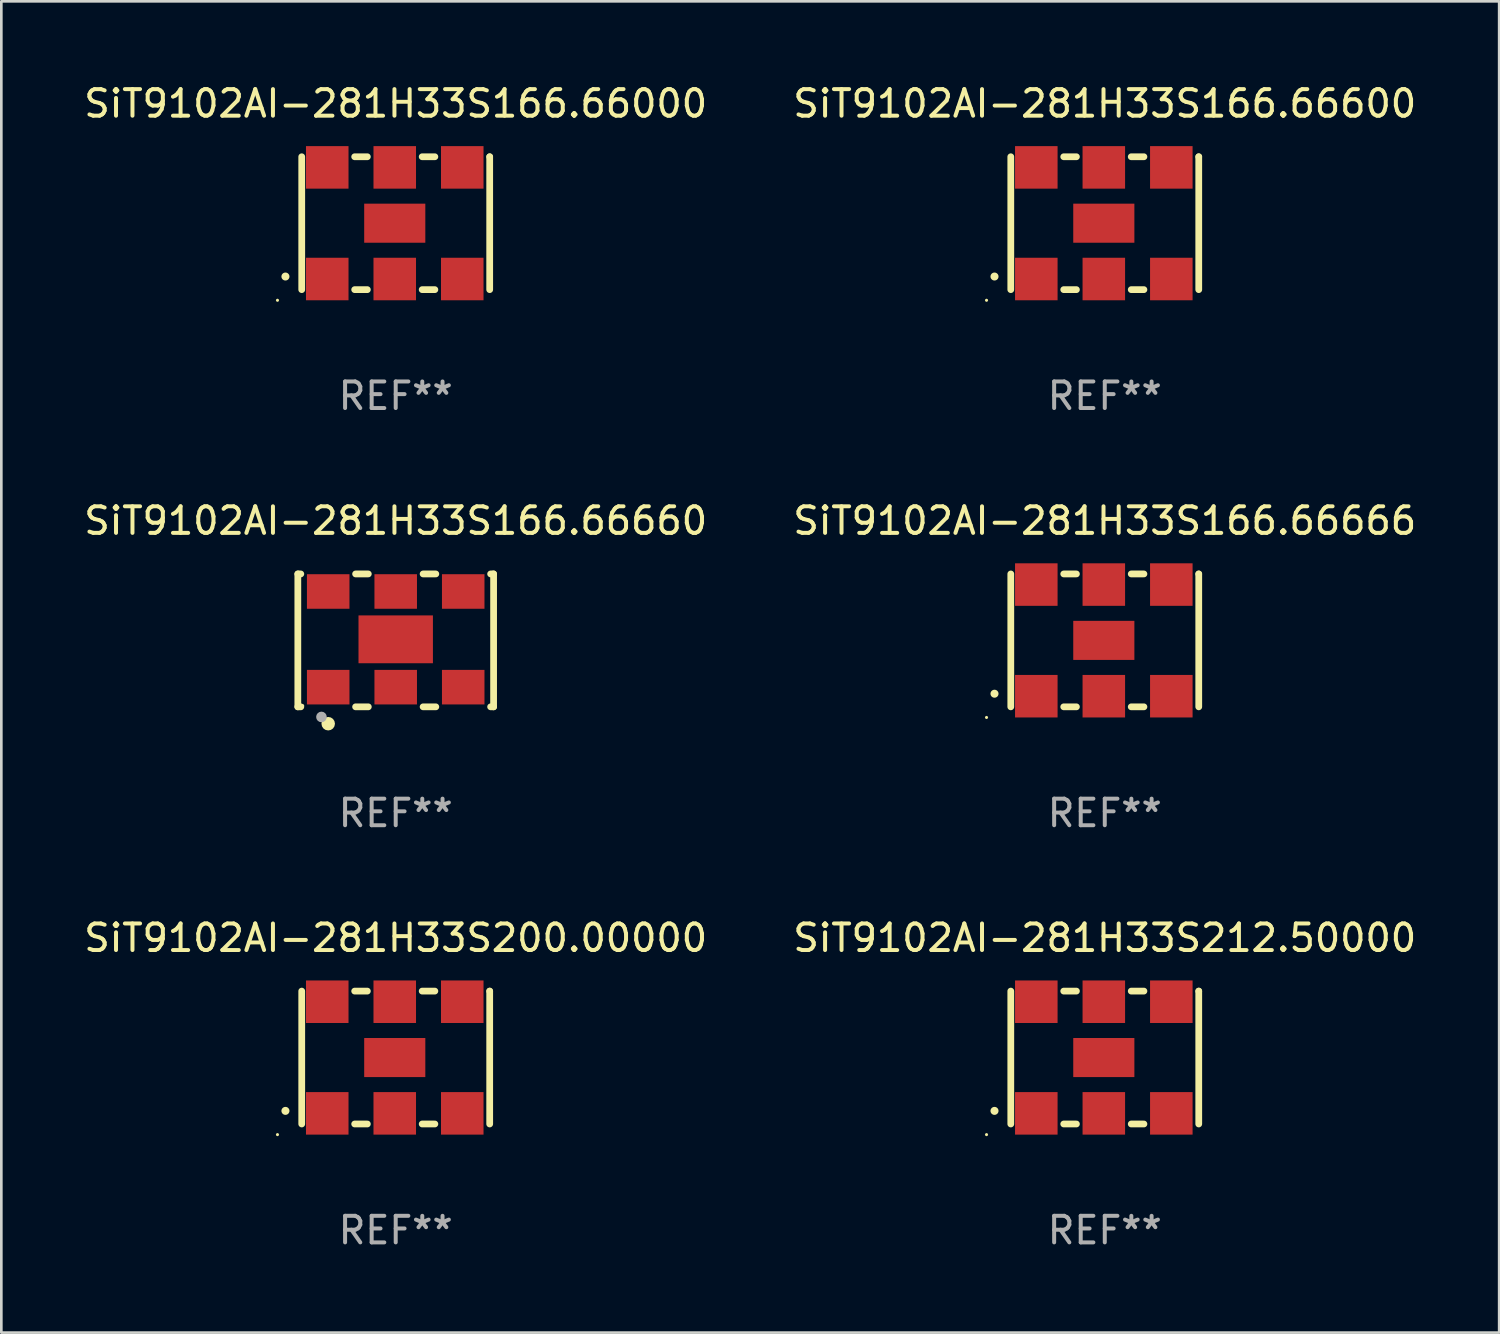
<source format=kicad_pcb>
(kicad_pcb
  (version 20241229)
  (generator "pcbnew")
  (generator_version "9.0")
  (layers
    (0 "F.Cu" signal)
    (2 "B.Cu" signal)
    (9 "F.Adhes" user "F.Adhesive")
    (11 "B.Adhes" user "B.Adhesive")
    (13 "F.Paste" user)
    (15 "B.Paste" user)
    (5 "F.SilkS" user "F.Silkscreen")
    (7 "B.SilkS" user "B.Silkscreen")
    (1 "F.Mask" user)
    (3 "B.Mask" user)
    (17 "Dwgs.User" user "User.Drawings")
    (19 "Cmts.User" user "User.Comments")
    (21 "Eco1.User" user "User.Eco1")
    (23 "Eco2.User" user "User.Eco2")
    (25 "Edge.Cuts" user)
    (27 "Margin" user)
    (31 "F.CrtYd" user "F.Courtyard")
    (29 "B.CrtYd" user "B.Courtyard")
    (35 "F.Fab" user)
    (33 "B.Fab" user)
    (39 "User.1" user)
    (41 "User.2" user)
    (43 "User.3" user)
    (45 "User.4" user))
  (footprint "SiT9102AI-281H33S166.66600"
    (layer "F.Cu")
    (at 38.518 5.348)
    (property "Reference" "SiT9102AI-281H33S166.66600" (at 0 -4.5 0) (layer "F.SilkS") (effects (font (size 1 1) (thickness 0.15))))
    (attr through_hole)
    (fp_line (start -3.536 -2.5) (end -3.536 2.5) (stroke (width 0.254) (type solid)) (layer "F.SilkS"))
    (fp_line (start -1.544 2.5) (end -1.067 2.5) (stroke (width 0.254) (type solid)) (layer "F.SilkS"))
    (fp_line (start -1.067 -2.5) (end -1.544 -2.5) (stroke (width 0.254) (type solid)) (layer "F.SilkS"))
    (fp_line (start 0.996 2.5) (end 1.473 2.5) (stroke (width 0.254) (type solid)) (layer "F.SilkS"))
    (fp_line (start 1.473 -2.5) (end 0.996 -2.5) (stroke (width 0.254) (type solid)) (layer "F.SilkS"))
    (fp_line (start 3.536 -2.5) (end 3.536 -2.5) (stroke (width 0.254) (type solid)) (layer "F.SilkS"))
    (fp_line (start 3.536 2.5) (end 3.536 -2.5) (stroke (width 0.254) (type solid)) (layer "F.SilkS"))
    (fp_arc (start -4.150432 2.006604) (mid -4.149162 2.006599) (end -4.147892 2.006604) (stroke (width 0.3) (type solid)) (layer "F.SilkS"))
    (fp_circle (center -4.449 2.9) (end -4.419 2.9) (stroke (width 0.06) (type solid)) (fill no) (layer "F.SilkS"))
    (fp_text user "REF**" (at 0 6.5 0) (layer "F.Fab") (effects (font (size 1 1) (thickness 0.15))))
    (pad "1" smd rect (at -2.576 2.1) (size 1.6 1.6) (layers "F.Cu" "F.Mask" "F.Paste"))
    (pad "2" smd rect (at -0.036 2.1) (size 1.6 1.6) (layers "F.Cu" "F.Mask" "F.Paste"))
    (pad "3" smd rect (at 2.504 2.1) (size 1.6 1.6) (layers "F.Cu" "F.Mask" "F.Paste"))
    (pad "4" smd rect (at 2.504 -2.1) (size 1.6 1.6) (layers "F.Cu" "F.Mask" "F.Paste"))
    (pad "5" smd rect (at -0.036 -2.1) (size 1.6 1.6) (layers "F.Cu" "F.Mask" "F.Paste"))
    (pad "6" smd rect (at -2.576 -2.1) (size 1.6 1.6) (layers "F.Cu" "F.Mask" "F.Paste"))
    (pad "7" smd rect (at -0.036 0) (size 2.3 1.47) (layers "F.Cu" "F.Mask" "F.Paste")))
  (footprint "SiT9102AI-281H33S200.00000"
    (layer "F.Cu")
    (at 11.839 36.741)
    (property "Reference" "SiT9102AI-281H33S200.00000" (at 0 -4.5 0) (layer "F.SilkS") (effects (font (size 1 1) (thickness 0.15))))
    (attr through_hole)
    (fp_line (start -3.536 -2.5) (end -3.536 2.5) (stroke (width 0.254) (type solid)) (layer "F.SilkS"))
    (fp_line (start -1.544 2.5) (end -1.067 2.5) (stroke (width 0.254) (type solid)) (layer "F.SilkS"))
    (fp_line (start -1.067 -2.5) (end -1.544 -2.5) (stroke (width 0.254) (type solid)) (layer "F.SilkS"))
    (fp_line (start 0.996 2.5) (end 1.473 2.5) (stroke (width 0.254) (type solid)) (layer "F.SilkS"))
    (fp_line (start 1.473 -2.5) (end 0.996 -2.5) (stroke (width 0.254) (type solid)) (layer "F.SilkS"))
    (fp_line (start 3.536 -2.5) (end 3.536 -2.5) (stroke (width 0.254) (type solid)) (layer "F.SilkS"))
    (fp_line (start 3.536 2.5) (end 3.536 -2.5) (stroke (width 0.254) (type solid)) (layer "F.SilkS"))
    (fp_arc (start -4.150432 2.006604) (mid -4.149162 2.006599) (end -4.147892 2.006604) (stroke (width 0.3) (type solid)) (layer "F.SilkS"))
    (fp_circle (center -4.449 2.9) (end -4.419 2.9) (stroke (width 0.06) (type solid)) (fill no) (layer "F.SilkS"))
    (fp_text user "REF**" (at 0 6.5 0) (layer "F.Fab") (effects (font (size 1 1) (thickness 0.15))))
    (pad "1" smd rect (at -2.576 2.1) (size 1.6 1.6) (layers "F.Cu" "F.Mask" "F.Paste"))
    (pad "2" smd rect (at -0.036 2.1) (size 1.6 1.6) (layers "F.Cu" "F.Mask" "F.Paste"))
    (pad "3" smd rect (at 2.504 2.1) (size 1.6 1.6) (layers "F.Cu" "F.Mask" "F.Paste"))
    (pad "4" smd rect (at 2.504 -2.1) (size 1.6 1.6) (layers "F.Cu" "F.Mask" "F.Paste"))
    (pad "5" smd rect (at -0.036 -2.1) (size 1.6 1.6) (layers "F.Cu" "F.Mask" "F.Paste"))
    (pad "6" smd rect (at -2.576 -2.1) (size 1.6 1.6) (layers "F.Cu" "F.Mask" "F.Paste"))
    (pad "7" smd rect (at -0.036 0) (size 2.3 1.47) (layers "F.Cu" "F.Mask" "F.Paste")))
  (footprint "SiT9102AI-281H33S166.66660"
    (layer "F.Cu")
    (at 11.839 21.045)
    (property "Reference" "SiT9102AI-281H33S166.66660" (at 0 -4.5 0) (layer "F.SilkS") (effects (font (size 1 1) (thickness 0.15))))
    (attr through_hole)
    (fp_line (start -3.683 -2.5) (end -3.571 -2.5) (stroke (width 0.254) (type solid)) (layer "F.SilkS"))
    (fp_line (start -3.683 2.5) (end -3.683 -2.5) (stroke (width 0.254) (type solid)) (layer "F.SilkS"))
    (fp_line (start -3.683 2.5) (end -3.571 2.5) (stroke (width 0.254) (type solid)) (layer "F.SilkS"))
    (fp_line (start -1.509 -2.5) (end -1.031 -2.5) (stroke (width 0.254) (type solid)) (layer "F.SilkS"))
    (fp_line (start -1.509 2.5) (end -1.031 2.5) (stroke (width 0.254) (type solid)) (layer "F.SilkS"))
    (fp_line (start 1.031 -2.5) (end 1.509 -2.5) (stroke (width 0.254) (type solid)) (layer "F.SilkS"))
    (fp_line (start 1.031 2.5) (end 1.509 2.5) (stroke (width 0.254) (type solid)) (layer "F.SilkS"))
    (fp_line (start 3.571 -2.5) (end 3.683 -2.5) (stroke (width 0.254) (type solid)) (layer "F.SilkS"))
    (fp_line (start 3.571 2.5) (end 3.683 2.5) (stroke (width 0.254) (type solid)) (layer "F.SilkS"))
    (fp_line (start 3.683 2.5) (end 3.683 -2.5) (stroke (width 0.254) (type solid)) (layer "F.SilkS"))
    (fp_circle (center -3.5 2.46) (end -3.47 2.46) (stroke (width 0.06) (type solid)) (fill no) (layer "F.SilkS"))
    (fp_circle (center -2.54 3.135) (end -2.413 3.135) (stroke (width 0.254) (type solid)) (fill no) (layer "F.SilkS"))
    (fp_circle (center -2.794 2.881) (end -2.694 2.881) (stroke (width 0.2) (type solid)) (fill no) (layer "F.Fab"))
    (fp_text user "REF**" (at 0 6.5 0) (layer "F.Fab") (effects (font (size 1 1) (thickness 0.15))))
    (pad "1" smd rect (at -2.54 1.76) (size 1.6 1.3) (layers "F.Cu" "F.Mask" "F.Paste"))
    (pad "2" smd rect (at 0 1.76) (size 1.6 1.3) (layers "F.Cu" "F.Mask" "F.Paste"))
    (pad "3" smd rect (at 2.54 1.76) (size 1.6 1.3) (layers "F.Cu" "F.Mask" "F.Paste"))
    (pad "4" smd rect (at 2.54 -1.84) (size 1.6 1.3) (layers "F.Cu" "F.Mask" "F.Paste"))
    (pad "5" smd rect (at 0 -1.84) (size 1.6 1.3) (layers "F.Cu" "F.Mask" "F.Paste"))
    (pad "6" smd rect (at -2.54 -1.84) (size 1.6 1.3) (layers "F.Cu" "F.Mask" "F.Paste"))
    (pad "7" smd rect (at 0 -0.04) (size 2.8 1.8) (layers "F.Cu" "F.Mask" "F.Paste")))
  (footprint "SiT9102AI-281H33S212.50000"
    (layer "F.Cu")
    (at 38.518 36.741)
    (property "Reference" "SiT9102AI-281H33S212.50000" (at 0 -4.5 0) (layer "F.SilkS") (effects (font (size 1 1) (thickness 0.15))))
    (attr through_hole)
    (fp_line (start -3.536 -2.5) (end -3.536 2.5) (stroke (width 0.254) (type solid)) (layer "F.SilkS"))
    (fp_line (start -1.544 2.5) (end -1.067 2.5) (stroke (width 0.254) (type solid)) (layer "F.SilkS"))
    (fp_line (start -1.067 -2.5) (end -1.544 -2.5) (stroke (width 0.254) (type solid)) (layer "F.SilkS"))
    (fp_line (start 0.996 2.5) (end 1.473 2.5) (stroke (width 0.254) (type solid)) (layer "F.SilkS"))
    (fp_line (start 1.473 -2.5) (end 0.996 -2.5) (stroke (width 0.254) (type solid)) (layer "F.SilkS"))
    (fp_line (start 3.536 -2.5) (end 3.536 -2.5) (stroke (width 0.254) (type solid)) (layer "F.SilkS"))
    (fp_line (start 3.536 2.5) (end 3.536 -2.5) (stroke (width 0.254) (type solid)) (layer "F.SilkS"))
    (fp_arc (start -4.150432 2.006604) (mid -4.149162 2.006599) (end -4.147892 2.006604) (stroke (width 0.3) (type solid)) (layer "F.SilkS"))
    (fp_circle (center -4.449 2.9) (end -4.419 2.9) (stroke (width 0.06) (type solid)) (fill no) (layer "F.SilkS"))
    (fp_text user "REF**" (at 0 6.5 0) (layer "F.Fab") (effects (font (size 1 1) (thickness 0.15))))
    (pad "1" smd rect (at -2.576 2.1) (size 1.6 1.6) (layers "F.Cu" "F.Mask" "F.Paste"))
    (pad "2" smd rect (at -0.036 2.1) (size 1.6 1.6) (layers "F.Cu" "F.Mask" "F.Paste"))
    (pad "3" smd rect (at 2.504 2.1) (size 1.6 1.6) (layers "F.Cu" "F.Mask" "F.Paste"))
    (pad "4" smd rect (at 2.504 -2.1) (size 1.6 1.6) (layers "F.Cu" "F.Mask" "F.Paste"))
    (pad "5" smd rect (at -0.036 -2.1) (size 1.6 1.6) (layers "F.Cu" "F.Mask" "F.Paste"))
    (pad "6" smd rect (at -2.576 -2.1) (size 1.6 1.6) (layers "F.Cu" "F.Mask" "F.Paste"))
    (pad "7" smd rect (at -0.036 0) (size 2.3 1.47) (layers "F.Cu" "F.Mask" "F.Paste")))
  (footprint "SiT9102AI-281H33S166.66000"
    (layer "F.Cu")
    (at 11.839 5.348)
    (property "Reference" "SiT9102AI-281H33S166.66000" (at 0 -4.5 0) (layer "F.SilkS") (effects (font (size 1 1) (thickness 0.15))))
    (attr through_hole)
    (fp_line (start -3.536 -2.5) (end -3.536 2.5) (stroke (width 0.254) (type solid)) (layer "F.SilkS"))
    (fp_line (start -1.544 2.5) (end -1.067 2.5) (stroke (width 0.254) (type solid)) (layer "F.SilkS"))
    (fp_line (start -1.067 -2.5) (end -1.544 -2.5) (stroke (width 0.254) (type solid)) (layer "F.SilkS"))
    (fp_line (start 0.996 2.5) (end 1.473 2.5) (stroke (width 0.254) (type solid)) (layer "F.SilkS"))
    (fp_line (start 1.473 -2.5) (end 0.996 -2.5) (stroke (width 0.254) (type solid)) (layer "F.SilkS"))
    (fp_line (start 3.536 -2.5) (end 3.536 -2.5) (stroke (width 0.254) (type solid)) (layer "F.SilkS"))
    (fp_line (start 3.536 2.5) (end 3.536 -2.5) (stroke (width 0.254) (type solid)) (layer "F.SilkS"))
    (fp_arc (start -4.150432 2.006604) (mid -4.149162 2.006599) (end -4.147892 2.006604) (stroke (width 0.3) (type solid)) (layer "F.SilkS"))
    (fp_circle (center -4.449 2.9) (end -4.419 2.9) (stroke (width 0.06) (type solid)) (fill no) (layer "F.SilkS"))
    (fp_text user "REF**" (at 0 6.5 0) (layer "F.Fab") (effects (font (size 1 1) (thickness 0.15))))
    (pad "1" smd rect (at -2.576 2.1) (size 1.6 1.6) (layers "F.Cu" "F.Mask" "F.Paste"))
    (pad "2" smd rect (at -0.036 2.1) (size 1.6 1.6) (layers "F.Cu" "F.Mask" "F.Paste"))
    (pad "3" smd rect (at 2.504 2.1) (size 1.6 1.6) (layers "F.Cu" "F.Mask" "F.Paste"))
    (pad "4" smd rect (at 2.504 -2.1) (size 1.6 1.6) (layers "F.Cu" "F.Mask" "F.Paste"))
    (pad "5" smd rect (at -0.036 -2.1) (size 1.6 1.6) (layers "F.Cu" "F.Mask" "F.Paste"))
    (pad "6" smd rect (at -2.576 -2.1) (size 1.6 1.6) (layers "F.Cu" "F.Mask" "F.Paste"))
    (pad "7" smd rect (at -0.036 0) (size 2.3 1.47) (layers "F.Cu" "F.Mask" "F.Paste")))
  (footprint "SiT9102AI-281H33S166.66666"
    (layer "F.Cu")
    (at 38.518 21.045)
    (property "Reference" "SiT9102AI-281H33S166.66666" (at 0 -4.5 0) (layer "F.SilkS") (effects (font (size 1 1) (thickness 0.15))))
    (attr through_hole)
    (fp_line (start -3.536 -2.5) (end -3.536 2.5) (stroke (width 0.254) (type solid)) (layer "F.SilkS"))
    (fp_line (start -1.544 2.5) (end -1.067 2.5) (stroke (width 0.254) (type solid)) (layer "F.SilkS"))
    (fp_line (start -1.067 -2.5) (end -1.544 -2.5) (stroke (width 0.254) (type solid)) (layer "F.SilkS"))
    (fp_line (start 0.996 2.5) (end 1.473 2.5) (stroke (width 0.254) (type solid)) (layer "F.SilkS"))
    (fp_line (start 1.473 -2.5) (end 0.996 -2.5) (stroke (width 0.254) (type solid)) (layer "F.SilkS"))
    (fp_line (start 3.536 -2.5) (end 3.536 -2.5) (stroke (width 0.254) (type solid)) (layer "F.SilkS"))
    (fp_line (start 3.536 2.5) (end 3.536 -2.5) (stroke (width 0.254) (type solid)) (layer "F.SilkS"))
    (fp_arc (start -4.150432 2.006604) (mid -4.149162 2.006599) (end -4.147892 2.006604) (stroke (width 0.3) (type solid)) (layer "F.SilkS"))
    (fp_circle (center -4.449 2.9) (end -4.419 2.9) (stroke (width 0.06) (type solid)) (fill no) (layer "F.SilkS"))
    (fp_text user "REF**" (at 0 6.5 0) (layer "F.Fab") (effects (font (size 1 1) (thickness 0.15))))
    (pad "1" smd rect (at -2.576 2.1) (size 1.6 1.6) (layers "F.Cu" "F.Mask" "F.Paste"))
    (pad "2" smd rect (at -0.036 2.1) (size 1.6 1.6) (layers "F.Cu" "F.Mask" "F.Paste"))
    (pad "3" smd rect (at 2.504 2.1) (size 1.6 1.6) (layers "F.Cu" "F.Mask" "F.Paste"))
    (pad "4" smd rect (at 2.504 -2.1) (size 1.6 1.6) (layers "F.Cu" "F.Mask" "F.Paste"))
    (pad "5" smd rect (at -0.036 -2.1) (size 1.6 1.6) (layers "F.Cu" "F.Mask" "F.Paste"))
    (pad "6" smd rect (at -2.576 -2.1) (size 1.6 1.6) (layers "F.Cu" "F.Mask" "F.Paste"))
    (pad "7" smd rect (at -0.036 0) (size 2.3 1.47) (layers "F.Cu" "F.Mask" "F.Paste")))
  (gr_rect
    (start -3 -3)
    (end 53.357 47.09)
    (stroke (width 0.1) (type default))
    (fill no)
    (layer "Edge.Cuts")))
</source>
